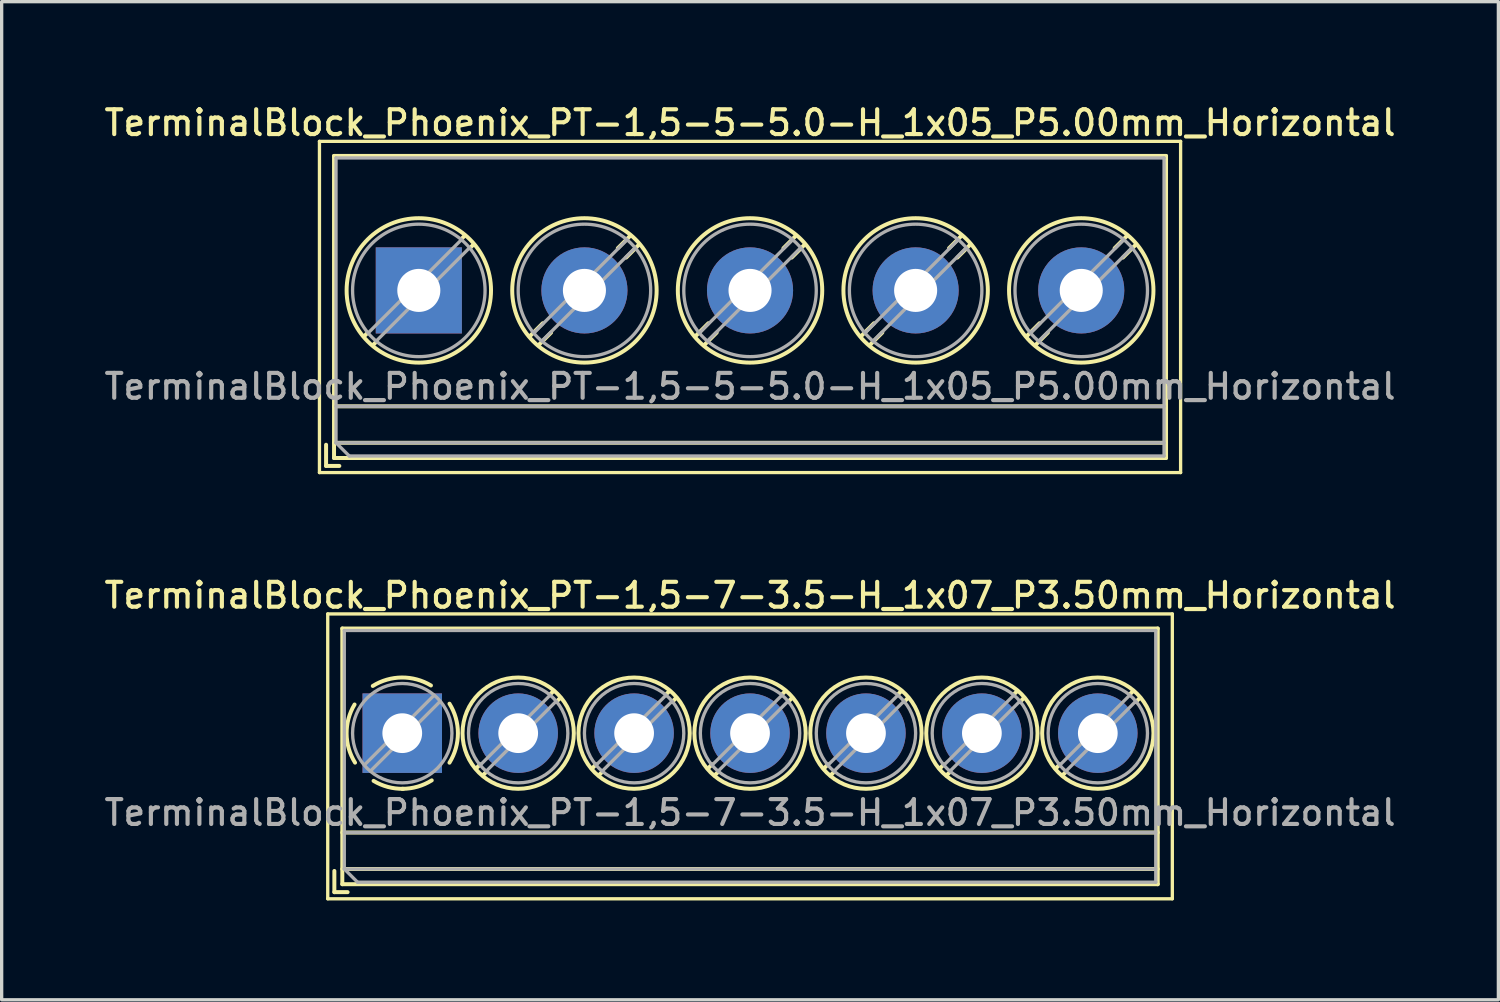
<source format=kicad_pcb>
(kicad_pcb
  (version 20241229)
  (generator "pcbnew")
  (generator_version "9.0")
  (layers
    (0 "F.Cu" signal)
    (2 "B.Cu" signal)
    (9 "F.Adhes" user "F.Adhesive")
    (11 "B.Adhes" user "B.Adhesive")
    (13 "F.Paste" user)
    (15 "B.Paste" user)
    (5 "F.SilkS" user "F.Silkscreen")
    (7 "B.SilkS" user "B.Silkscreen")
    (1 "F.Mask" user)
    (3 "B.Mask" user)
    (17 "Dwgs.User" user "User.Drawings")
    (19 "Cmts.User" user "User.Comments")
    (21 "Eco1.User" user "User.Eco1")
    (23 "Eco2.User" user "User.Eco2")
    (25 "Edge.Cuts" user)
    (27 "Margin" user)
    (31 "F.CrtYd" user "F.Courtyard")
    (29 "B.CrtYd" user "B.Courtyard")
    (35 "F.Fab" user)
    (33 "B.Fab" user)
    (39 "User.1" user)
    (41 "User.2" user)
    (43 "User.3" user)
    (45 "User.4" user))
  (footprint "TerminalBlock_Phoenix_PT-1,5-5-5.0-H_1x05_P5.00mm_Horizontal"
    (layer "F.Cu")
    (at 9.595 5.718)
    (property "Reference" "TerminalBlock_Phoenix_PT-1,5-5-5.0-H_1x05_P5.00mm_Horizontal" (at 10 -5.06 0) (layer "F.SilkS") (effects (font (size 0.75 0.75) (thickness 0.125))))
    (attr through_hole)
    (fp_line (start -3 -4.5) (end -3 5.5) (stroke (width 0.1) (type solid)) (layer "F.SilkS"))
    (fp_line (start -3 5.5) (end 23 5.5) (stroke (width 0.1) (type solid)) (layer "F.SilkS"))
    (fp_line (start -2.8 4.66) (end -2.8 5.3) (stroke (width 0.12) (type solid)) (layer "F.SilkS"))
    (fp_line (start -2.8 5.3) (end -2.4 5.3) (stroke (width 0.12) (type solid)) (layer "F.SilkS"))
    (fp_line (start -2.56 -4.06) (end -2.56 5.06) (stroke (width 0.12) (type solid)) (layer "F.SilkS"))
    (fp_line (start -2.56 -4.06) (end 22.56 -4.06) (stroke (width 0.12) (type solid)) (layer "F.SilkS"))
    (fp_line (start -2.56 3.5) (end 22.56 3.5) (stroke (width 0.12) (type solid)) (layer "F.SilkS"))
    (fp_line (start -2.56 4.6) (end 22.56 4.6) (stroke (width 0.12) (type solid)) (layer "F.SilkS"))
    (fp_line (start -2.56 5.06) (end 22.56 5.06) (stroke (width 0.12) (type solid)) (layer "F.SilkS"))
    (fp_line (start -1.548 1.281) (end -1.654 1.388) (stroke (width 0.12) (type solid)) (layer "F.SilkS"))
    (fp_line (start -1.282 1.547) (end -1.388 1.654) (stroke (width 0.12) (type solid)) (layer "F.SilkS"))
    (fp_line (start 1.388 -1.654) (end 1.281 -1.547) (stroke (width 0.12) (type solid)) (layer "F.SilkS"))
    (fp_line (start 1.654 -1.388) (end 1.547 -1.281) (stroke (width 0.12) (type solid)) (layer "F.SilkS"))
    (fp_line (start 3.742 0.992) (end 3.347 1.388) (stroke (width 0.12) (type solid)) (layer "F.SilkS"))
    (fp_line (start 3.993 1.274) (end 3.613 1.654) (stroke (width 0.12) (type solid)) (layer "F.SilkS"))
    (fp_line (start 6.388 -1.654) (end 6.008 -1.274) (stroke (width 0.12) (type solid)) (layer "F.SilkS"))
    (fp_line (start 6.654 -1.388) (end 6.259 -0.992) (stroke (width 0.12) (type solid)) (layer "F.SilkS"))
    (fp_line (start 8.742 0.992) (end 8.347 1.388) (stroke (width 0.12) (type solid)) (layer "F.SilkS"))
    (fp_line (start 8.993 1.274) (end 8.613 1.654) (stroke (width 0.12) (type solid)) (layer "F.SilkS"))
    (fp_line (start 11.388 -1.654) (end 11.008 -1.274) (stroke (width 0.12) (type solid)) (layer "F.SilkS"))
    (fp_line (start 11.654 -1.388) (end 11.259 -0.992) (stroke (width 0.12) (type solid)) (layer "F.SilkS"))
    (fp_line (start 13.742 0.992) (end 13.347 1.388) (stroke (width 0.12) (type solid)) (layer "F.SilkS"))
    (fp_line (start 13.993 1.274) (end 13.613 1.654) (stroke (width 0.12) (type solid)) (layer "F.SilkS"))
    (fp_line (start 16.388 -1.654) (end 16.008 -1.274) (stroke (width 0.12) (type solid)) (layer "F.SilkS"))
    (fp_line (start 16.654 -1.388) (end 16.259 -0.992) (stroke (width 0.12) (type solid)) (layer "F.SilkS"))
    (fp_line (start 18.742 0.992) (end 18.347 1.388) (stroke (width 0.12) (type solid)) (layer "F.SilkS"))
    (fp_line (start 18.993 1.274) (end 18.613 1.654) (stroke (width 0.12) (type solid)) (layer "F.SilkS"))
    (fp_line (start 21.388 -1.654) (end 21.008 -1.274) (stroke (width 0.12) (type solid)) (layer "F.SilkS"))
    (fp_line (start 21.654 -1.388) (end 21.259 -0.992) (stroke (width 0.12) (type solid)) (layer "F.SilkS"))
    (fp_line (start 22.56 -4.06) (end 22.56 5.06) (stroke (width 0.12) (type solid)) (layer "F.SilkS"))
    (fp_line (start 23 -4.5) (end -3 -4.5) (stroke (width 0.1) (type solid)) (layer "F.SilkS"))
    (fp_line (start 23 5.5) (end 23 -4.5) (stroke (width 0.1) (type solid)) (layer "F.SilkS"))
    (fp_circle (center 0 0) (end 2.18 0) (stroke (width 0.12) (type solid)) (fill no) (layer "F.SilkS"))
    (fp_circle (center 5 0) (end 7.18 0) (stroke (width 0.12) (type solid)) (fill no) (layer "F.SilkS"))
    (fp_circle (center 10 0) (end 12.18 0) (stroke (width 0.12) (type solid)) (fill no) (layer "F.SilkS"))
    (fp_circle (center 15 0) (end 17.18 0) (stroke (width 0.12) (type solid)) (fill no) (layer "F.SilkS"))
    (fp_circle (center 20 0) (end 22.18 0) (stroke (width 0.12) (type solid)) (fill no) (layer "F.SilkS"))
    (fp_line (start -2.5 -4) (end 22.5 -4) (stroke (width 0.1) (type solid)) (layer "F.Fab"))
    (fp_line (start -2.5 3.5) (end 22.5 3.5) (stroke (width 0.1) (type solid)) (layer "F.Fab"))
    (fp_line (start -2.5 4.6) (end -2.5 -4) (stroke (width 0.1) (type solid)) (layer "F.Fab"))
    (fp_line (start -2.5 4.6) (end 22.5 4.6) (stroke (width 0.1) (type solid)) (layer "F.Fab"))
    (fp_line (start -2.1 5) (end -2.5 4.6) (stroke (width 0.1) (type solid)) (layer "F.Fab"))
    (fp_line (start 1.273 -1.517) (end -1.517 1.273) (stroke (width 0.1) (type solid)) (layer "F.Fab"))
    (fp_line (start 1.517 -1.273) (end -1.273 1.517) (stroke (width 0.1) (type solid)) (layer "F.Fab"))
    (fp_line (start 6.273 -1.517) (end 3.484 1.273) (stroke (width 0.1) (type solid)) (layer "F.Fab"))
    (fp_line (start 6.517 -1.273) (end 3.728 1.517) (stroke (width 0.1) (type solid)) (layer "F.Fab"))
    (fp_line (start 11.273 -1.517) (end 8.484 1.273) (stroke (width 0.1) (type solid)) (layer "F.Fab"))
    (fp_line (start 11.517 -1.273) (end 8.728 1.517) (stroke (width 0.1) (type solid)) (layer "F.Fab"))
    (fp_line (start 16.273 -1.517) (end 13.484 1.273) (stroke (width 0.1) (type solid)) (layer "F.Fab"))
    (fp_line (start 16.517 -1.273) (end 13.728 1.517) (stroke (width 0.1) (type solid)) (layer "F.Fab"))
    (fp_line (start 21.273 -1.517) (end 18.484 1.273) (stroke (width 0.1) (type solid)) (layer "F.Fab"))
    (fp_line (start 21.517 -1.273) (end 18.728 1.517) (stroke (width 0.1) (type solid)) (layer "F.Fab"))
    (fp_line (start 22.5 -4) (end 22.5 5) (stroke (width 0.1) (type solid)) (layer "F.Fab"))
    (fp_line (start 22.5 5) (end -2.1 5) (stroke (width 0.1) (type solid)) (layer "F.Fab"))
    (fp_circle (center 0 0) (end 2 0) (stroke (width 0.1) (type solid)) (fill no) (layer "F.Fab"))
    (fp_circle (center 5 0) (end 7 0) (stroke (width 0.1) (type solid)) (fill no) (layer "F.Fab"))
    (fp_circle (center 10 0) (end 12 0) (stroke (width 0.1) (type solid)) (fill no) (layer "F.Fab"))
    (fp_circle (center 15 0) (end 17 0) (stroke (width 0.1) (type solid)) (fill no) (layer "F.Fab"))
    (fp_circle (center 20 0) (end 22 0) (stroke (width 0.1) (type solid)) (fill no) (layer "F.Fab"))
    (fp_text user "${REFERENCE}" (at 10 2.9 0) (layer "F.Fab") (effects (font (size 0.75 0.75) (thickness 0.125))))
    (pad "1" thru_hole rect (at 0 0) (size 2.6 2.6) (drill 1.3) (layers "*.Cu" "*.Mask"))
    (pad "2" thru_hole circle (at 5 0) (size 2.6 2.6) (drill 1.3) (layers "*.Cu" "*.Mask"))
    (pad "3" thru_hole circle (at 10 0) (size 2.6 2.6) (drill 1.3) (layers "*.Cu" "*.Mask"))
    (pad "4" thru_hole circle (at 15 0) (size 2.6 2.6) (drill 1.3) (layers "*.Cu" "*.Mask"))
    (pad "5" thru_hole circle (at 20 0) (size 2.6 2.6) (drill 1.3) (layers "*.Cu" "*.Mask")))
  (footprint "TerminalBlock_Phoenix_PT-1,5-7-3.5-H_1x07_P3.50mm_Horizontal"
    (layer "F.Cu")
    (at 9.095 19.086)
    (property "Reference" "TerminalBlock_Phoenix_PT-1,5-7-3.5-H_1x07_P3.50mm_Horizontal" (at 10.5 -4.16 0) (layer "F.SilkS") (effects (font (size 0.75 0.75) (thickness 0.125))))
    (attr through_hole)
    (fp_line (start -2.25 -3.6) (end -2.25 5) (stroke (width 0.1) (type solid)) (layer "F.SilkS"))
    (fp_line (start -2.25 5) (end 23.25 5) (stroke (width 0.1) (type solid)) (layer "F.SilkS"))
    (fp_line (start -2.05 4.16) (end -2.05 4.8) (stroke (width 0.12) (type solid)) (layer "F.SilkS"))
    (fp_line (start -2.05 4.8) (end -1.65 4.8) (stroke (width 0.12) (type solid)) (layer "F.SilkS"))
    (fp_line (start -1.81 -3.16) (end -1.81 4.56) (stroke (width 0.12) (type solid)) (layer "F.SilkS"))
    (fp_line (start -1.81 -3.16) (end 22.81 -3.16) (stroke (width 0.12) (type solid)) (layer "F.SilkS"))
    (fp_line (start -1.81 3) (end 22.81 3) (stroke (width 0.12) (type solid)) (layer "F.SilkS"))
    (fp_line (start -1.81 4.1) (end 22.81 4.1) (stroke (width 0.12) (type solid)) (layer "F.SilkS"))
    (fp_line (start -1.81 4.56) (end 22.81 4.56) (stroke (width 0.12) (type solid)) (layer "F.SilkS"))
    (fp_line (start 2.355 0.941) (end 2.226 1.069) (stroke (width 0.12) (type solid)) (layer "F.SilkS"))
    (fp_line (start 2.525 1.181) (end 2.431 1.274) (stroke (width 0.12) (type solid)) (layer "F.SilkS"))
    (fp_line (start 4.57 -1.275) (end 4.476 -1.181) (stroke (width 0.12) (type solid)) (layer "F.SilkS"))
    (fp_line (start 4.775 -1.069) (end 4.646 -0.941) (stroke (width 0.12) (type solid)) (layer "F.SilkS"))
    (fp_line (start 5.855 0.941) (end 5.726 1.069) (stroke (width 0.12) (type solid)) (layer "F.SilkS"))
    (fp_line (start 6.025 1.181) (end 5.931 1.274) (stroke (width 0.12) (type solid)) (layer "F.SilkS"))
    (fp_line (start 8.07 -1.275) (end 7.976 -1.181) (stroke (width 0.12) (type solid)) (layer "F.SilkS"))
    (fp_line (start 8.275 -1.069) (end 8.146 -0.941) (stroke (width 0.12) (type solid)) (layer "F.SilkS"))
    (fp_line (start 9.355 0.941) (end 9.226 1.069) (stroke (width 0.12) (type solid)) (layer "F.SilkS"))
    (fp_line (start 9.525 1.181) (end 9.431 1.274) (stroke (width 0.12) (type solid)) (layer "F.SilkS"))
    (fp_line (start 11.57 -1.275) (end 11.476 -1.181) (stroke (width 0.12) (type solid)) (layer "F.SilkS"))
    (fp_line (start 11.775 -1.069) (end 11.646 -0.941) (stroke (width 0.12) (type solid)) (layer "F.SilkS"))
    (fp_line (start 12.855 0.941) (end 12.726 1.069) (stroke (width 0.12) (type solid)) (layer "F.SilkS"))
    (fp_line (start 13.025 1.181) (end 12.931 1.274) (stroke (width 0.12) (type solid)) (layer "F.SilkS"))
    (fp_line (start 15.07 -1.275) (end 14.976 -1.181) (stroke (width 0.12) (type solid)) (layer "F.SilkS"))
    (fp_line (start 15.275 -1.069) (end 15.146 -0.941) (stroke (width 0.12) (type solid)) (layer "F.SilkS"))
    (fp_line (start 16.355 0.941) (end 16.226 1.069) (stroke (width 0.12) (type solid)) (layer "F.SilkS"))
    (fp_line (start 16.525 1.181) (end 16.431 1.274) (stroke (width 0.12) (type solid)) (layer "F.SilkS"))
    (fp_line (start 18.57 -1.275) (end 18.476 -1.181) (stroke (width 0.12) (type solid)) (layer "F.SilkS"))
    (fp_line (start 18.775 -1.069) (end 18.646 -0.941) (stroke (width 0.12) (type solid)) (layer "F.SilkS"))
    (fp_line (start 19.855 0.941) (end 19.726 1.069) (stroke (width 0.12) (type solid)) (layer "F.SilkS"))
    (fp_line (start 20.025 1.181) (end 19.931 1.274) (stroke (width 0.12) (type solid)) (layer "F.SilkS"))
    (fp_line (start 22.07 -1.275) (end 21.976 -1.181) (stroke (width 0.12) (type solid)) (layer "F.SilkS"))
    (fp_line (start 22.275 -1.069) (end 22.146 -0.941) (stroke (width 0.12) (type solid)) (layer "F.SilkS"))
    (fp_line (start 22.81 -3.16) (end 22.81 4.56) (stroke (width 0.12) (type solid)) (layer "F.SilkS"))
    (fp_line (start 23.25 -3.6) (end -2.25 -3.6) (stroke (width 0.1) (type solid)) (layer "F.SilkS"))
    (fp_line (start 23.25 5) (end 23.25 -3.6) (stroke (width 0.1) (type solid)) (layer "F.SilkS"))
    (fp_arc (start -1.425358 0.889894) (mid -1.680286 0.014012) (end -1.44 -0.866) (stroke (width 0.12) (type solid)) (layer "F.SilkS"))
    (fp_arc (start -0.889894 -1.425358) (mid -0.014012 -1.680286) (end 0.866 -1.44) (stroke (width 0.12) (type solid)) (layer "F.SilkS"))
    (fp_arc (start 0.028674 1.680099) (mid -0.435535 1.622918) (end -0.866 1.44) (stroke (width 0.12) (type solid)) (layer "F.SilkS"))
    (fp_arc (start 0.890264 1.424721) (mid 0.463071 1.61492) (end 0 1.68) (stroke (width 0.12) (type solid)) (layer "F.SilkS"))
    (fp_arc (start 1.425504 -0.890193) (mid 1.680626 0.000476) (end 1.425 0.891) (stroke (width 0.12) (type solid)) (layer "F.SilkS"))
    (fp_circle (center 3.5 0) (end 5.18 0) (stroke (width 0.12) (type solid)) (fill no) (layer "F.SilkS"))
    (fp_circle (center 7 0) (end 8.68 0) (stroke (width 0.12) (type solid)) (fill no) (layer "F.SilkS"))
    (fp_circle (center 10.5 0) (end 12.18 0) (stroke (width 0.12) (type solid)) (fill no) (layer "F.SilkS"))
    (fp_circle (center 14 0) (end 15.68 0) (stroke (width 0.12) (type solid)) (fill no) (layer "F.SilkS"))
    (fp_circle (center 17.5 0) (end 19.18 0) (stroke (width 0.12) (type solid)) (fill no) (layer "F.SilkS"))
    (fp_circle (center 21 0) (end 22.68 0) (stroke (width 0.12) (type solid)) (fill no) (layer "F.SilkS"))
    (fp_line (start -1.75 -3.1) (end 22.75 -3.1) (stroke (width 0.1) (type solid)) (layer "F.Fab"))
    (fp_line (start -1.75 3) (end 22.75 3) (stroke (width 0.1) (type solid)) (layer "F.Fab"))
    (fp_line (start -1.75 4.1) (end -1.75 -3.1) (stroke (width 0.1) (type solid)) (layer "F.Fab"))
    (fp_line (start -1.75 4.1) (end 22.75 4.1) (stroke (width 0.1) (type solid)) (layer "F.Fab"))
    (fp_line (start -1.35 4.5) (end -1.75 4.1) (stroke (width 0.1) (type solid)) (layer "F.Fab"))
    (fp_line (start 0.955 -1.138) (end -1.138 0.955) (stroke (width 0.1) (type solid)) (layer "F.Fab"))
    (fp_line (start 1.138 -0.955) (end -0.955 1.138) (stroke (width 0.1) (type solid)) (layer "F.Fab"))
    (fp_line (start 4.455 -1.138) (end 2.363 0.955) (stroke (width 0.1) (type solid)) (layer "F.Fab"))
    (fp_line (start 4.638 -0.955) (end 2.546 1.138) (stroke (width 0.1) (type solid)) (layer "F.Fab"))
    (fp_line (start 7.955 -1.138) (end 5.863 0.955) (stroke (width 0.1) (type solid)) (layer "F.Fab"))
    (fp_line (start 8.138 -0.955) (end 6.046 1.138) (stroke (width 0.1) (type solid)) (layer "F.Fab"))
    (fp_line (start 11.455 -1.138) (end 9.363 0.955) (stroke (width 0.1) (type solid)) (layer "F.Fab"))
    (fp_line (start 11.638 -0.955) (end 9.546 1.138) (stroke (width 0.1) (type solid)) (layer "F.Fab"))
    (fp_line (start 14.955 -1.138) (end 12.863 0.955) (stroke (width 0.1) (type solid)) (layer "F.Fab"))
    (fp_line (start 15.138 -0.955) (end 13.046 1.138) (stroke (width 0.1) (type solid)) (layer "F.Fab"))
    (fp_line (start 18.455 -1.138) (end 16.363 0.955) (stroke (width 0.1) (type solid)) (layer "F.Fab"))
    (fp_line (start 18.638 -0.955) (end 16.546 1.138) (stroke (width 0.1) (type solid)) (layer "F.Fab"))
    (fp_line (start 21.955 -1.138) (end 19.863 0.955) (stroke (width 0.1) (type solid)) (layer "F.Fab"))
    (fp_line (start 22.138 -0.955) (end 20.046 1.138) (stroke (width 0.1) (type solid)) (layer "F.Fab"))
    (fp_line (start 22.75 -3.1) (end 22.75 4.5) (stroke (width 0.1) (type solid)) (layer "F.Fab"))
    (fp_line (start 22.75 4.5) (end -1.35 4.5) (stroke (width 0.1) (type solid)) (layer "F.Fab"))
    (fp_circle (center 0 0) (end 1.5 0) (stroke (width 0.1) (type solid)) (fill no) (layer "F.Fab"))
    (fp_circle (center 3.5 0) (end 5 0) (stroke (width 0.1) (type solid)) (fill no) (layer "F.Fab"))
    (fp_circle (center 7 0) (end 8.5 0) (stroke (width 0.1) (type solid)) (fill no) (layer "F.Fab"))
    (fp_circle (center 10.5 0) (end 12 0) (stroke (width 0.1) (type solid)) (fill no) (layer "F.Fab"))
    (fp_circle (center 14 0) (end 15.5 0) (stroke (width 0.1) (type solid)) (fill no) (layer "F.Fab"))
    (fp_circle (center 17.5 0) (end 19 0) (stroke (width 0.1) (type solid)) (fill no) (layer "F.Fab"))
    (fp_circle (center 21 0) (end 22.5 0) (stroke (width 0.1) (type solid)) (fill no) (layer "F.Fab"))
    (fp_text user "${REFERENCE}" (at 10.5 2.4 0) (layer "F.Fab") (effects (font (size 0.75 0.75) (thickness 0.125))))
    (pad "1" thru_hole rect (at 0 0) (size 2.4 2.4) (drill 1.2) (layers "*.Cu" "*.Mask"))
    (pad "2" thru_hole circle (at 3.5 0) (size 2.4 2.4) (drill 1.2) (layers "*.Cu" "*.Mask"))
    (pad "3" thru_hole circle (at 7 0) (size 2.4 2.4) (drill 1.2) (layers "*.Cu" "*.Mask"))
    (pad "4" thru_hole circle (at 10.5 0) (size 2.4 2.4) (drill 1.2) (layers "*.Cu" "*.Mask"))
    (pad "5" thru_hole circle (at 14 0) (size 2.4 2.4) (drill 1.2) (layers "*.Cu" "*.Mask"))
    (pad "6" thru_hole circle (at 17.5 0) (size 2.4 2.4) (drill 1.2) (layers "*.Cu" "*.Mask"))
    (pad "7" thru_hole circle (at 21 0) (size 2.4 2.4) (drill 1.2) (layers "*.Cu" "*.Mask")))
  (gr_rect
    (start -3 -3)
    (end 42.189 27.136)
    (stroke (width 0.1) (type default))
    (fill no)
    (layer "Edge.Cuts")))
</source>
